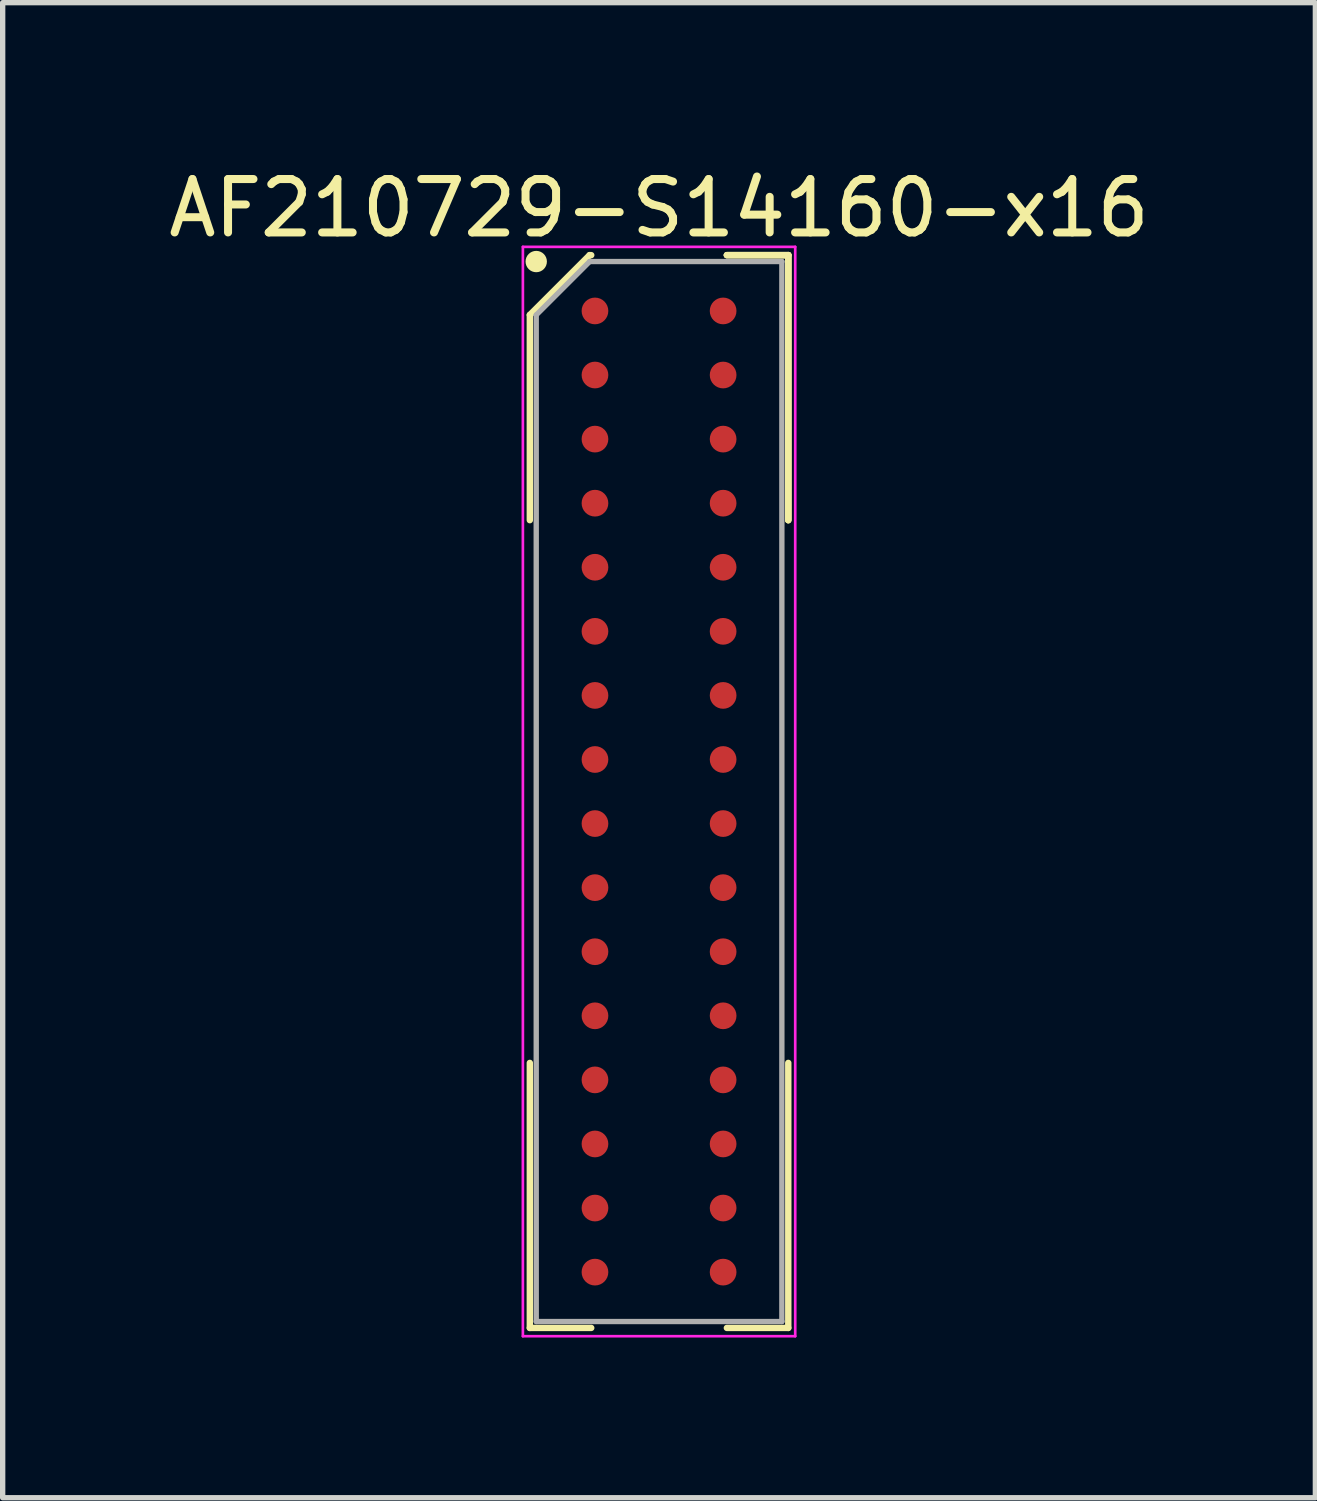
<source format=kicad_pcb>
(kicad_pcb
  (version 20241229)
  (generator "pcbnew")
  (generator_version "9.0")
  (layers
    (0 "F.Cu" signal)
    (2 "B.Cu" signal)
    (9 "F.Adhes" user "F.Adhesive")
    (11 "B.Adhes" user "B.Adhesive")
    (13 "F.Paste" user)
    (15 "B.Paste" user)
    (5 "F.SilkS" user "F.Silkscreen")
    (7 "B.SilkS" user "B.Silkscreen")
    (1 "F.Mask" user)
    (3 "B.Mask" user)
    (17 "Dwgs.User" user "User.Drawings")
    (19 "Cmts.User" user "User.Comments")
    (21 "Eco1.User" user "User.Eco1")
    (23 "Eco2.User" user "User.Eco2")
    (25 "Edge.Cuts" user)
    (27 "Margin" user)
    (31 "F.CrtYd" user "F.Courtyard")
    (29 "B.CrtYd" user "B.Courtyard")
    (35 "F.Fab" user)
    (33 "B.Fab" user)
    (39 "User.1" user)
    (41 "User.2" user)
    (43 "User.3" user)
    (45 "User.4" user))
  (footprint "AF210729-S14160-x16"
    (layer "F.Cu")
    (at 9.292 11.773)
    (property "Reference" "AF210729-S14160-x16" (at 0 -10.925 0) (layer "F.SilkS") (effects (font (size 1 1) (thickness 0.15))))
    (attr smd)
    (fp_line (start -2.42 -8.925) (end -2.42 -5.082) (stroke (width 0.12) (type solid)) (layer "F.SilkS"))
    (fp_line (start -2.42 10.045) (end -2.42 5.082) (stroke (width 0.12) (type solid)) (layer "F.SilkS"))
    (fp_line (start -1.3 -10.045) (end -2.42 -8.925) (stroke (width 0.12) (type solid)) (layer "F.SilkS"))
    (fp_line (start -1.27 -10.045) (end -1.3 -10.045) (stroke (width 0.12) (type solid)) (layer "F.SilkS"))
    (fp_line (start -1.27 10.045) (end -2.42 10.045) (stroke (width 0.12) (type solid)) (layer "F.SilkS"))
    (fp_line (start 1.27 -10.045) (end 2.42 -10.045) (stroke (width 0.12) (type solid)) (layer "F.SilkS"))
    (fp_line (start 1.27 -10.045) (end 2.42 -10.045) (stroke (width 0.12) (type solid)) (layer "F.SilkS"))
    (fp_line (start 1.27 -10.045) (end 2.42 -10.045) (stroke (width 0.12) (type solid)) (layer "F.SilkS"))
    (fp_line (start 1.27 10.045) (end 2.42 10.045) (stroke (width 0.12) (type solid)) (layer "F.SilkS"))
    (fp_line (start 2.42 -10.045) (end 2.42 -5.082) (stroke (width 0.12) (type solid)) (layer "F.SilkS"))
    (fp_line (start 2.42 -10.045) (end 2.42 -5.082) (stroke (width 0.12) (type solid)) (layer "F.SilkS"))
    (fp_line (start 2.42 -10.045) (end 2.42 -5.082) (stroke (width 0.12) (type solid)) (layer "F.SilkS"))
    (fp_line (start 2.42 10.045) (end 2.42 5.082) (stroke (width 0.12) (type solid)) (layer "F.SilkS"))
    (fp_circle (center -2.3 -9.925) (end -2.3 -9.825) (stroke (width 0.2) (type solid)) (fill no) (layer "F.SilkS"))
    (fp_line (start -2.55 -10.2) (end 2.55 -10.2) (stroke (width 0.05) (type solid)) (layer "F.CrtYd"))
    (fp_line (start -2.55 10.2) (end -2.55 -10.2) (stroke (width 0.05) (type solid)) (layer "F.CrtYd"))
    (fp_line (start 2.55 -10.2) (end 2.55 10.2) (stroke (width 0.05) (type solid)) (layer "F.CrtYd"))
    (fp_line (start 2.55 10.2) (end -2.55 10.2) (stroke (width 0.05) (type solid)) (layer "F.CrtYd"))
    (fp_line (start -2.3 -8.925) (end -2.3 9.925) (stroke (width 0.1) (type solid)) (layer "F.Fab"))
    (fp_line (start -2.3 9.925) (end 2.3 9.925) (stroke (width 0.1) (type solid)) (layer "F.Fab"))
    (fp_line (start -1.3 -9.925) (end -2.3 -8.925) (stroke (width 0.1) (type solid)) (layer "F.Fab"))
    (fp_line (start 2.3 -9.925) (end -1.3 -9.925) (stroke (width 0.1) (type solid)) (layer "F.Fab"))
    (fp_line (start 2.3 9.925) (end 2.3 -9.925) (stroke (width 0.1) (type solid)) (layer "F.Fab"))
    (pad "A1" smd circle (at -1.2 -9) (size 0.5 0.5) (layers "F.Cu" "F.Mask" "F.Paste"))
    (pad "A2" smd circle (at 1.2 -9) (size 0.5 0.5) (layers "F.Cu" "F.Mask" "F.Paste"))
    (pad "B1" smd circle (at -1.2 -7.8) (size 0.5 0.5) (layers "F.Cu" "F.Mask" "F.Paste"))
    (pad "B2" smd circle (at 1.2 -7.8) (size 0.5 0.5) (layers "F.Cu" "F.Mask" "F.Paste"))
    (pad "C1" smd circle (at -1.2 -6.6) (size 0.5 0.5) (layers "F.Cu" "F.Mask" "F.Paste"))
    (pad "C2" smd circle (at 1.2 -6.6) (size 0.5 0.5) (layers "F.Cu" "F.Mask" "F.Paste"))
    (pad "D1" smd circle (at -1.2 -5.4) (size 0.5 0.5) (layers "F.Cu" "F.Mask" "F.Paste"))
    (pad "D2" smd circle (at 1.2 -5.4) (size 0.5 0.5) (layers "F.Cu" "F.Mask" "F.Paste"))
    (pad "E1" smd circle (at -1.2 -4.2) (size 0.5 0.5) (layers "F.Cu" "F.Mask" "F.Paste"))
    (pad "E2" smd circle (at 1.2 -4.2) (size 0.5 0.5) (layers "F.Cu" "F.Mask" "F.Paste"))
    (pad "F1" smd circle (at -1.2 -3) (size 0.5 0.5) (layers "F.Cu" "F.Mask" "F.Paste"))
    (pad "F2" smd circle (at 1.2 -3) (size 0.5 0.5) (layers "F.Cu" "F.Mask" "F.Paste"))
    (pad "G1" smd circle (at -1.2 -1.8) (size 0.5 0.5) (layers "F.Cu" "F.Mask" "F.Paste"))
    (pad "G2" smd circle (at 1.2 -1.8) (size 0.5 0.5) (layers "F.Cu" "F.Mask" "F.Paste"))
    (pad "H1" smd circle (at -1.2 -0.6) (size 0.5 0.5) (layers "F.Cu" "F.Mask" "F.Paste"))
    (pad "H2" smd circle (at 1.2 -0.6) (size 0.5 0.5) (layers "F.Cu" "F.Mask" "F.Paste"))
    (pad "J1" smd circle (at -1.2 0.6) (size 0.5 0.5) (layers "F.Cu" "F.Mask" "F.Paste"))
    (pad "J2" smd circle (at 1.2 0.6) (size 0.5 0.5) (layers "F.Cu" "F.Mask" "F.Paste"))
    (pad "K1" smd circle (at -1.2 1.8) (size 0.5 0.5) (layers "F.Cu" "F.Mask" "F.Paste"))
    (pad "K2" smd circle (at 1.2 1.8) (size 0.5 0.5) (layers "F.Cu" "F.Mask" "F.Paste"))
    (pad "L1" smd circle (at -1.2 3) (size 0.5 0.5) (layers "F.Cu" "F.Mask" "F.Paste"))
    (pad "L2" smd circle (at 1.2 3) (size 0.5 0.5) (layers "F.Cu" "F.Mask" "F.Paste"))
    (pad "M1" smd circle (at -1.2 4.2) (size 0.5 0.5) (layers "F.Cu" "F.Mask" "F.Paste"))
    (pad "M2" smd circle (at 1.2 4.2) (size 0.5 0.5) (layers "F.Cu" "F.Mask" "F.Paste"))
    (pad "N1" smd circle (at -1.2 5.4) (size 0.5 0.5) (layers "F.Cu" "F.Mask" "F.Paste"))
    (pad "N2" smd circle (at 1.2 5.4) (size 0.5 0.5) (layers "F.Cu" "F.Mask" "F.Paste"))
    (pad "P1" smd circle (at -1.2 6.6) (size 0.5 0.5) (layers "F.Cu" "F.Mask" "F.Paste"))
    (pad "P2" smd circle (at 1.2 6.6) (size 0.5 0.5) (layers "F.Cu" "F.Mask" "F.Paste"))
    (pad "R1" smd circle (at -1.2 7.8) (size 0.5 0.5) (layers "F.Cu" "F.Mask" "F.Paste"))
    (pad "R2" smd circle (at 1.2 7.8) (size 0.5 0.5) (layers "F.Cu" "F.Mask" "F.Paste"))
    (pad "T1" smd circle (at -1.2 9) (size 0.5 0.5) (layers "F.Cu" "F.Mask" "F.Paste"))
    (pad "T2" smd circle (at 1.2 9) (size 0.5 0.5) (layers "F.Cu" "F.Mask" "F.Paste")))
  (gr_rect
    (start -3 -3)
    (end 21.583 24.998)
    (stroke (width 0.1) (type default))
    (fill no)
    (layer "Edge.Cuts")))
</source>
